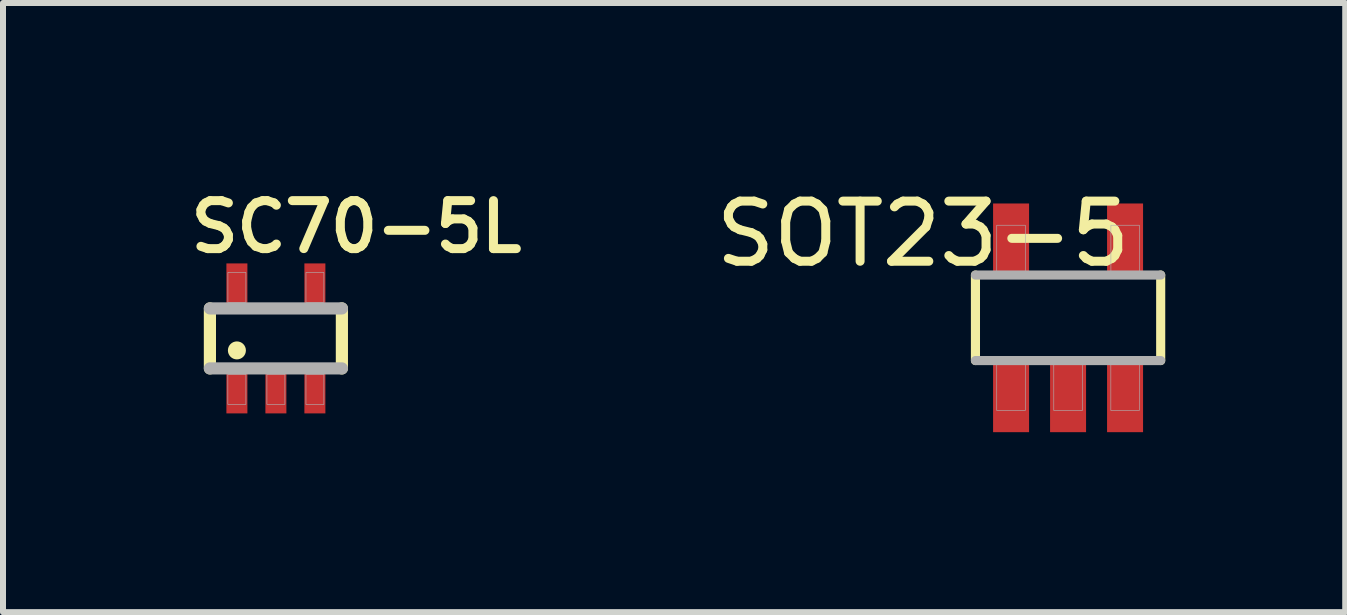
<source format=kicad_pcb>
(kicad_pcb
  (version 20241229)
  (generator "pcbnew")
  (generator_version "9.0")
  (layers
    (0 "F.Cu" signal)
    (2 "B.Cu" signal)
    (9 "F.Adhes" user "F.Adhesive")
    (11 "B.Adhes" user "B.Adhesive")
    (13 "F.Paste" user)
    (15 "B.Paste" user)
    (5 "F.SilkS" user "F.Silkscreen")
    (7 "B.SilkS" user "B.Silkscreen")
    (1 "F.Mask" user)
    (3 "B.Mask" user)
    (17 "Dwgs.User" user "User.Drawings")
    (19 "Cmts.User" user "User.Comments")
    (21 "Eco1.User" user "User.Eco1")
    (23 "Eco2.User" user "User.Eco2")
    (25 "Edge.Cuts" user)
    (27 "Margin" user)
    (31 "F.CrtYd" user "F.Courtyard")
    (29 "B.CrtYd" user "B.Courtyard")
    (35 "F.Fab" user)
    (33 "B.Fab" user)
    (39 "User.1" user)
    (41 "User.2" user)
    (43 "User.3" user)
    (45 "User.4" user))
  (footprint "SOT23-5"
    (layer "F.Cu")
    (at 14.754 2.248)
    (property "Reference" "SOT23-5" (at -2.417 -1.399 180) (layer "F.SilkS") (effects (font (size 1.002 1.002) (thickness 0.15))))
    (attr smd)
    (fp_line (start -1.544 0.712) (end -1.544 -0.713) (stroke (width 0.152) (type solid)) (layer "F.SilkS"))
    (fp_line (start 1.544 -0.713) (end 1.544 0.712) (stroke (width 0.152) (type solid)) (layer "F.SilkS"))
    (fp_line (start -1.544 -0.713) (end 1.544 -0.713) (stroke (width 0.152) (type solid)) (layer "F.Fab"))
    (fp_line (start 1.544 0.712) (end -1.544 0.712) (stroke (width 0.152) (type solid)) (layer "F.Fab"))
    (fp_poly (pts (xy -1.189 0.712) (xy -0.713 0.712) (xy -0.713 1.545) (xy -1.189 1.545)) (stroke (width 0.01) (type solid)) (fill no) (layer "F.Fab"))
    (fp_poly (pts (xy -1.189 -1.544) (xy -0.713 -1.544) (xy -0.713 -0.713) (xy -1.189 -0.713)) (stroke (width 0.01) (type solid)) (fill no) (layer "F.Fab"))
    (fp_poly (pts (xy -0.238 0.712) (xy 0.237 0.712) (xy 0.237 1.546) (xy -0.238 1.546)) (stroke (width 0.01) (type solid)) (fill no) (layer "F.Fab"))
    (fp_poly (pts (xy 0.713 0.712) (xy 1.188 0.712) (xy 1.188 1.545) (xy 0.713 1.545)) (stroke (width 0.01) (type solid)) (fill no) (layer "F.Fab"))
    (fp_poly (pts (xy 0.714 -1.544) (xy 1.188 -1.544) (xy 1.188 -0.714) (xy 0.714 -0.714)) (stroke (width 0.01) (type solid)) (fill no) (layer "F.Fab"))
    (pad "1" smd rect (at -0.95 1.306) (size 0.6 1.2) (layers "F.Cu" "F.Mask" "F.Paste"))
    (pad "2" smd rect (at 0 1.306) (size 0.6 1.2) (layers "F.Cu" "F.Mask" "F.Paste"))
    (pad "3" smd rect (at 0.95 1.306) (size 0.6 1.2) (layers "F.Cu" "F.Mask" "F.Paste"))
    (pad "4" smd rect (at 0.95 -1.306) (size 0.6 1.2) (layers "F.Cu" "F.Mask" "F.Paste"))
    (pad "5" smd rect (at -0.95 -1.306) (size 0.6 1.2) (layers "F.Cu" "F.Mask" "F.Paste")))
  (footprint "SC70-5L"
    (layer "F.Cu")
    (at 1.549 2.591)
    (property "Reference" "SC70-5L" (at 1.341 -1.859 0) (layer "F.SilkS") (effects (font (size 0.8 0.8) (thickness 0.15))))
    (attr smd)
    (fp_line (start -1.1 0.5) (end -1.1 -0.5) (stroke (width 0.203) (type solid)) (layer "F.SilkS"))
    (fp_line (start 1.1 -0.5) (end 1.1 0.5) (stroke (width 0.203) (type solid)) (layer "F.SilkS"))
    (fp_circle (center -0.65 0.2) (end -0.5 0.2) (stroke (width 0) (type solid)) (fill yes) (layer "F.SilkS"))
    (fp_line (start -1.1 -0.5) (end 1.1 -0.5) (stroke (width 0.203) (type solid)) (layer "F.Fab"))
    (fp_line (start 1.1 0.5) (end -1.1 0.5) (stroke (width 0.203) (type solid)) (layer "F.Fab"))
    (fp_poly (pts (xy -0.801 0.6) (xy -0.5 0.6) (xy -0.5 1.101) (xy -0.801 1.101)) (stroke (width 0.01) (type solid)) (fill no) (layer "F.Fab"))
    (fp_poly (pts (xy -0.8 -1.1) (xy -0.5 -1.1) (xy -0.5 -0.6) (xy -0.8 -0.6)) (stroke (width 0.01) (type solid)) (fill no) (layer "F.Fab"))
    (fp_poly (pts (xy -0.15 0.6) (xy 0.15 0.6) (xy 0.15 1.1) (xy -0.15 1.1)) (stroke (width 0.01) (type solid)) (fill no) (layer "F.Fab"))
    (fp_poly (pts (xy 0.501 -1.1) (xy 0.8 -1.1) (xy 0.8 -0.601) (xy 0.501 -0.601)) (stroke (width 0.01) (type solid)) (fill no) (layer "F.Fab"))
    (fp_poly (pts (xy 0.501 0.6) (xy 0.8 0.6) (xy 0.8 1.102) (xy 0.501 1.102)) (stroke (width 0.01) (type solid)) (fill no) (layer "F.Fab"))
    (pad "1" smd rect (at -0.65 0.85) (size 0.35 0.8) (layers "F.Cu" "F.Mask" "F.Paste"))
    (pad "2" smd rect (at 0 0.85) (size 0.35 0.8) (layers "F.Cu" "F.Mask" "F.Paste"))
    (pad "3" smd rect (at 0.65 0.85) (size 0.35 0.8) (layers "F.Cu" "F.Mask" "F.Paste"))
    (pad "4" smd rect (at 0.65 -0.85) (size 0.35 0.8) (layers "F.Cu" "F.Mask" "F.Paste"))
    (pad "5" smd rect (at -0.65 -0.85) (size 0.35 0.8) (layers "F.Cu" "F.Mask" "F.Paste")))
  (gr_rect
    (start -3 -3)
    (end 19.374 7.154)
    (stroke (width 0.1) (type default))
    (fill no)
    (layer "Edge.Cuts")))
</source>
